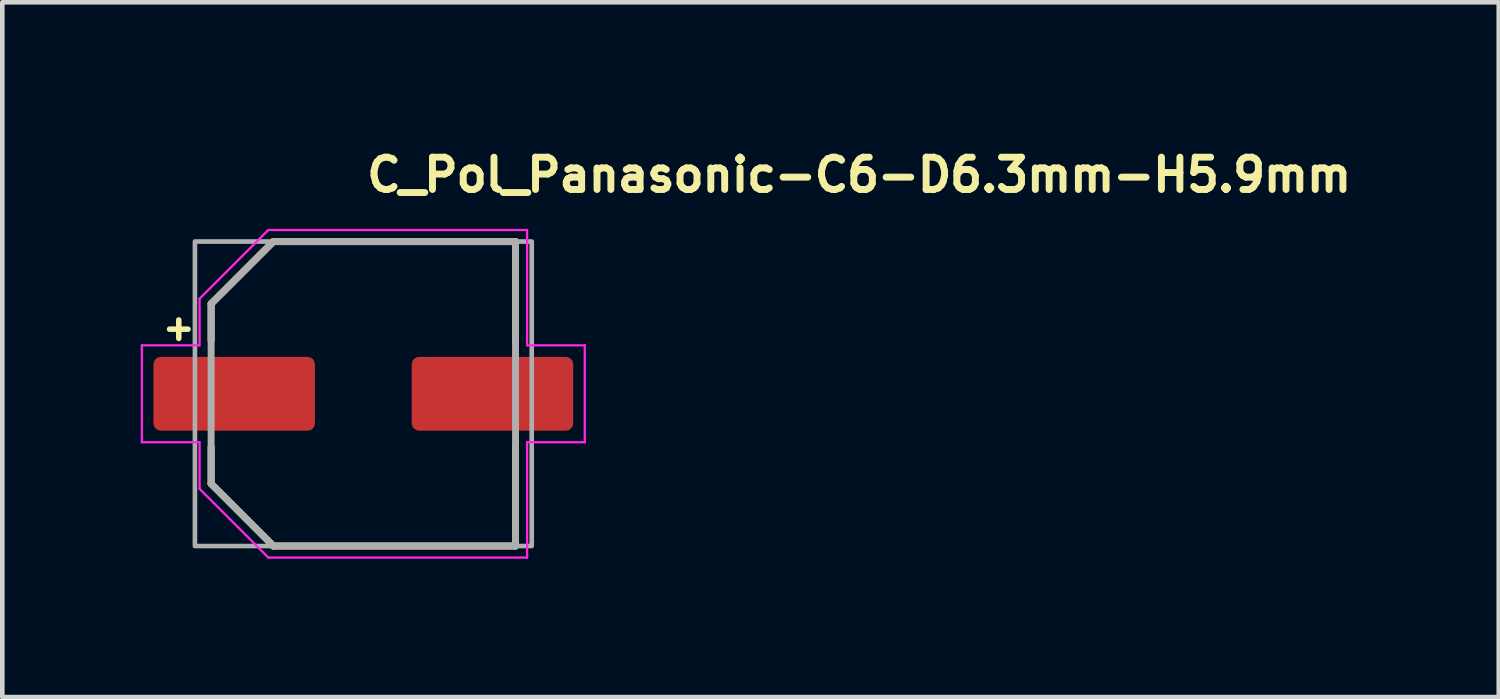
<source format=kicad_pcb>
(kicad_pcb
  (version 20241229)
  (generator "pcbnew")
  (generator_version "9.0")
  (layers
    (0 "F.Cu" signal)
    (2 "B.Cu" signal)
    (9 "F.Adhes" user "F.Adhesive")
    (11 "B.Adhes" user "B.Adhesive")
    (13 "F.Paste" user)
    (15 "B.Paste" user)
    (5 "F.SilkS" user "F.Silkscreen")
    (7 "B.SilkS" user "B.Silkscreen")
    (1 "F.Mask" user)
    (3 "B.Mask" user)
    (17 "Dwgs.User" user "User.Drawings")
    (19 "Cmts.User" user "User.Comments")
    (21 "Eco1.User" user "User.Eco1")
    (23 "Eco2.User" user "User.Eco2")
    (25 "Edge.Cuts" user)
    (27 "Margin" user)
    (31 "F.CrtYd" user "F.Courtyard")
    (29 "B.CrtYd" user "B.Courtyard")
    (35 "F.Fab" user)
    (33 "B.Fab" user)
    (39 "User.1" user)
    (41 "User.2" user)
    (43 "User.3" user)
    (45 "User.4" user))
  (footprint "C_Pol_Panasonic-C6-D6.3mm-H5.9mm"
    (layer "F.Cu")
    (at 4.825 5.485)
    (property "Reference" "C_Pol_Panasonic-C6-D6.3mm-H5.9mm" (at 0 -4.335 0) (layer "F.SilkS") (effects (font (size 0.7 0.7) (thickness 0.15)) (justify left bottom)))
    (attr smd)
    (fp_line (start -4.2 -1.4) (end -3.8 -1.4) (stroke (width 0.12) (type solid)) (layer "F.SilkS"))
    (fp_line (start -4 -1.6) (end -4 -1.2) (stroke (width 0.12) (type solid)) (layer "F.SilkS"))
    (fp_line (start -3.299 -1.95) (end -1.95 -3.299) (stroke (width 0.15) (type solid)) (layer "F.SilkS"))
    (fp_line (start -3.299 -1.15) (end -3.299 -1.95) (stroke (width 0.15) (type solid)) (layer "F.SilkS"))
    (fp_line (start -3.299 1.15) (end -3.299 1.95) (stroke (width 0.15) (type solid)) (layer "F.SilkS"))
    (fp_line (start -3.299 1.95) (end -1.95 3.299) (stroke (width 0.15) (type solid)) (layer "F.SilkS"))
    (fp_line (start -1.95 -3.299) (end 3.299 -3.299) (stroke (width 0.15) (type solid)) (layer "F.SilkS"))
    (fp_line (start -1.95 3.299) (end 3.299 3.299) (stroke (width 0.15) (type solid)) (layer "F.SilkS"))
    (fp_line (start 3.299 -3.299) (end 3.299 -1.15) (stroke (width 0.15) (type solid)) (layer "F.SilkS"))
    (fp_line (start 3.299 3.299) (end 3.299 1.15) (stroke (width 0.15) (type solid)) (layer "F.SilkS"))
    (fp_line (start -4.8 -1.05) (end -3.55 -1.05) (stroke (width 0.05) (type solid)) (layer "F.CrtYd"))
    (fp_line (start -4.8 1.05) (end -4.8 -1.05) (stroke (width 0.05) (type solid)) (layer "F.CrtYd"))
    (fp_line (start -3.55 -2.06) (end -2.06 -3.55) (stroke (width 0.05) (type solid)) (layer "F.CrtYd"))
    (fp_line (start -3.55 -1.05) (end -3.55 -2.06) (stroke (width 0.05) (type solid)) (layer "F.CrtYd"))
    (fp_line (start -3.55 1.05) (end -4.8 1.05) (stroke (width 0.05) (type solid)) (layer "F.CrtYd"))
    (fp_line (start -3.55 2.06) (end -3.55 1.05) (stroke (width 0.05) (type solid)) (layer "F.CrtYd"))
    (fp_line (start -2.06 -3.55) (end 3.55 -3.55) (stroke (width 0.05) (type solid)) (layer "F.CrtYd"))
    (fp_line (start -2.06 3.55) (end -3.55 2.06) (stroke (width 0.05) (type solid)) (layer "F.CrtYd"))
    (fp_line (start 3.55 -3.55) (end 3.55 -1.05) (stroke (width 0.05) (type solid)) (layer "F.CrtYd"))
    (fp_line (start 3.55 -1.05) (end 4.8 -1.05) (stroke (width 0.05) (type solid)) (layer "F.CrtYd"))
    (fp_line (start 3.55 1.05) (end 3.55 3.55) (stroke (width 0.05) (type solid)) (layer "F.CrtYd"))
    (fp_line (start 3.55 3.55) (end -2.06 3.55) (stroke (width 0.05) (type solid)) (layer "F.CrtYd"))
    (fp_line (start 4.8 -1.05) (end 4.8 1.05) (stroke (width 0.05) (type solid)) (layer "F.CrtYd"))
    (fp_line (start 4.8 1.05) (end 3.55 1.05) (stroke (width 0.05) (type solid)) (layer "F.CrtYd"))
    (fp_line (start -3.299 -1.95) (end -1.95 -3.299) (stroke (width 0.15) (type solid)) (layer "F.Fab"))
    (fp_line (start -3.299 1.95) (end -3.299 -1.95) (stroke (width 0.15) (type solid)) (layer "F.Fab"))
    (fp_line (start -1.95 -3.299) (end 3.299 -3.299) (stroke (width 0.15) (type solid)) (layer "F.Fab"))
    (fp_line (start -1.95 3.299) (end -3.299 1.95) (stroke (width 0.15) (type solid)) (layer "F.Fab"))
    (fp_line (start 3.299 -3.299) (end 3.299 3.299) (stroke (width 0.15) (type solid)) (layer "F.Fab"))
    (fp_line (start 3.299 3.299) (end -1.95 3.299) (stroke (width 0.15) (type solid)) (layer "F.Fab"))
    (fp_rect (start -3.65 -3.3) (end 3.65 3.3) (stroke (width 0.1) (type solid)) (fill no) (layer "F.Fab"))
    (fp_rect (start -3.65 -3.3) (end 3.65 3.3) (stroke (width 0.1) (type solid)) (fill no) (layer "User.5"))
    (fp_line (start -3.65 -0.35) (end -3.3 -0.35) (stroke (width 0.01) (type solid)) (layer "User.9"))
    (fp_line (start -3.65 0.35) (end -3.65 -0.35) (stroke (width 0.01) (type solid)) (layer "User.9"))
    (fp_line (start -3.3 -1.9) (end -3.276 -1.89) (stroke (width 0.01) (type solid)) (layer "User.9"))
    (fp_line (start -3.3 -1.9) (end -1.9 -3.3) (stroke (width 0.01) (type solid)) (layer "User.9"))
    (fp_line (start -3.3 0.35) (end -3.65 0.35) (stroke (width 0.01) (type solid)) (layer "User.9"))
    (fp_line (start -3.3 1.9) (end -3.3 -1.9) (stroke (width 0.01) (type solid)) (layer "User.9"))
    (fp_line (start -3.3 1.9) (end -3.276 1.89) (stroke (width 0.01) (type solid)) (layer "User.9"))
    (fp_line (start -3.279 -0.972) (end -3.278 -1.021) (stroke (width 0.01) (type solid)) (layer "User.9"))
    (fp_line (start -3.279 0.972) (end -3.279 -0.972) (stroke (width 0.01) (type solid)) (layer "User.9"))
    (fp_line (start -3.278 -1.021) (end -3.278 -1.055) (stroke (width 0.01) (type solid)) (layer "User.9"))
    (fp_line (start -3.278 1.021) (end -3.279 0.972) (stroke (width 0.01) (type solid)) (layer "User.9"))
    (fp_line (start -3.278 -1.055) (end -3.277 -1.091) (stroke (width 0.01) (type solid)) (layer "User.9"))
    (fp_line (start -3.278 1.055) (end -3.278 1.021) (stroke (width 0.01) (type solid)) (layer "User.9"))
    (fp_line (start -3.277 -1.091) (end -3.277 -1.128) (stroke (width 0.01) (type solid)) (layer "User.9"))
    (fp_line (start -3.277 1.091) (end -3.278 1.055) (stroke (width 0.01) (type solid)) (layer "User.9"))
    (fp_line (start -3.277 -1.128) (end -3.276 -1.166) (stroke (width 0.01) (type solid)) (layer "User.9"))
    (fp_line (start -3.277 1.128) (end -3.277 1.091) (stroke (width 0.01) (type solid)) (layer "User.9"))
    (fp_line (start -3.276 -1.89) (end -1.89 -3.276) (stroke (width 0.01) (type solid)) (layer "User.9"))
    (fp_line (start -3.276 -1.166) (end -3.276 -1.89) (stroke (width 0.01) (type solid)) (layer "User.9"))
    (fp_line (start -3.276 1.166) (end -3.277 1.128) (stroke (width 0.01) (type solid)) (layer "User.9"))
    (fp_line (start -3.276 1.89) (end -3.276 1.166) (stroke (width 0.01) (type solid)) (layer "User.9"))
    (fp_line (start -3.15 0) (end -3.143 -0.21) (stroke (width 0.01) (type solid)) (layer "User.9"))
    (fp_line (start -3.146 0.156) (end -3.15 0.000001) (stroke (width 0.01) (type solid)) (layer "User.9"))
    (fp_line (start -3.143 -0.21) (end -3.122 -0.417) (stroke (width 0.01) (type solid)) (layer "User.9"))
    (fp_line (start -3.135 0.311) (end -3.146 0.156) (stroke (width 0.01) (type solid)) (layer "User.9"))
    (fp_line (start -3.122 -0.417) (end -3.088 -0.621) (stroke (width 0.01) (type solid)) (layer "User.9"))
    (fp_line (start -3.115 0.465) (end -3.135 0.311) (stroke (width 0.01) (type solid)) (layer "User.9"))
    (fp_line (start -3.089 0.617) (end -3.115 0.465) (stroke (width 0.01) (type solid)) (layer "User.9"))
    (fp_line (start -3.088 -0.621) (end -3.041 -0.822) (stroke (width 0.01) (type solid)) (layer "User.9"))
    (fp_line (start -3.055 0.768) (end -3.089 0.617) (stroke (width 0.01) (type solid)) (layer "User.9"))
    (fp_line (start -3.041 -0.822) (end -2.981 -1.018) (stroke (width 0.01) (type solid)) (layer "User.9"))
    (fp_line (start -3.014 0.916) (end -3.055 0.768) (stroke (width 0.01) (type solid)) (layer "User.9"))
    (fp_line (start -2.981 -1.018) (end -2.909 -1.209) (stroke (width 0.01) (type solid)) (layer "User.9"))
    (fp_line (start -2.966 1.062) (end -3.014 0.916) (stroke (width 0.01) (type solid)) (layer "User.9"))
    (fp_line (start -2.91 1.205) (end -2.966 1.062) (stroke (width 0.01) (type solid)) (layer "User.9"))
    (fp_line (start -2.909 -1.209) (end -2.824 -1.395) (stroke (width 0.01) (type solid)) (layer "User.9"))
    (fp_line (start -2.848 1.346) (end -2.91 1.205) (stroke (width 0.01) (type solid)) (layer "User.9"))
    (fp_line (start -2.824 -1.395) (end -2.728 -1.575) (stroke (width 0.01) (type solid)) (layer "User.9"))
    (fp_line (start -2.779 1.483) (end -2.848 1.346) (stroke (width 0.01) (type solid)) (layer "User.9"))
    (fp_line (start -2.728 -1.575) (end -2.62 -1.748) (stroke (width 0.01) (type solid)) (layer "User.9"))
    (fp_line (start -2.703 1.617) (end -2.779 1.483) (stroke (width 0.01) (type solid)) (layer "User.9"))
    (fp_line (start -2.621 1.748) (end -2.703 1.617) (stroke (width 0.01) (type solid)) (layer "User.9"))
    (fp_line (start -2.62 -1.748) (end -2.502 -1.914) (stroke (width 0.01) (type solid)) (layer "User.9"))
    (fp_line (start -2.532 1.874) (end -2.621 1.748) (stroke (width 0.01) (type solid)) (layer "User.9"))
    (fp_line (start -2.502 -1.914) (end -2.372 -2.073) (stroke (width 0.01) (type solid)) (layer "User.9"))
    (fp_line (start -2.437 1.996) (end -2.532 1.874) (stroke (width 0.01) (type solid)) (layer "User.9"))
    (fp_line (start -2.372 -2.073) (end -2.232 -2.223) (stroke (width 0.01) (type solid)) (layer "User.9"))
    (fp_line (start -2.335 2.114) (end -2.437 1.996) (stroke (width 0.01) (type solid)) (layer "User.9"))
    (fp_line (start -2.232 -2.223) (end -2.082 -2.364) (stroke (width 0.01) (type solid)) (layer "User.9"))
    (fp_line (start -2.227 2.227) (end -2.335 2.114) (stroke (width 0.01) (type solid)) (layer "User.9"))
    (fp_line (start -2.227 2.227) (end -2.227 2.227) (stroke (width 0.01) (type solid)) (layer "User.9"))
    (fp_line (start -2.114 2.335) (end -2.227 2.227) (stroke (width 0.01) (type solid)) (layer "User.9"))
    (fp_line (start -2.082 -2.364) (end -1.922 -2.495) (stroke (width 0.01) (type solid)) (layer "User.9"))
    (fp_line (start -1.996 2.437) (end -2.114 2.335) (stroke (width 0.01) (type solid)) (layer "User.9"))
    (fp_line (start -1.922 -2.495) (end -1.753 -2.617) (stroke (width 0.01) (type solid)) (layer "User.9"))
    (fp_line (start -1.9 -3.3) (end -1.89 -3.276) (stroke (width 0.01) (type solid)) (layer "User.9"))
    (fp_line (start -1.9 -3.3) (end -1 -3.3) (stroke (width 0.01) (type solid)) (layer "User.9"))
    (fp_line (start -1.9 3.3) (end -3.3 1.9) (stroke (width 0.01) (type solid)) (layer "User.9"))
    (fp_line (start -1.9 3.3) (end -1.89 3.276) (stroke (width 0.01) (type solid)) (layer "User.9"))
    (fp_line (start -1.89 -3.276) (end -1.308 -3.276) (stroke (width 0.01) (type solid)) (layer "User.9"))
    (fp_line (start -1.89 3.276) (end -3.276 1.89) (stroke (width 0.01) (type solid)) (layer "User.9"))
    (fp_line (start -1.874 2.532) (end -1.996 2.437) (stroke (width 0.01) (type solid)) (layer "User.9"))
    (fp_line (start -1.753 -2.617) (end -1.575 -2.728) (stroke (width 0.01) (type solid)) (layer "User.9"))
    (fp_line (start -1.748 2.621) (end -1.874 2.532) (stroke (width 0.01) (type solid)) (layer "User.9"))
    (fp_line (start -1.617 2.703) (end -1.748 2.621) (stroke (width 0.01) (type solid)) (layer "User.9"))
    (fp_line (start -1.575 -2.728) (end -1.575 -2.728) (stroke (width 0.01) (type solid)) (layer "User.9"))
    (fp_line (start -1.575 -2.728) (end -1.39 -2.827) (stroke (width 0.01) (type solid)) (layer "User.9"))
    (fp_line (start -1.483 2.779) (end -1.617 2.703) (stroke (width 0.01) (type solid)) (layer "User.9"))
    (fp_line (start -1.39 -2.827) (end -1.2 -2.913) (stroke (width 0.01) (type solid)) (layer "User.9"))
    (fp_line (start -1.346 2.848) (end -1.483 2.779) (stroke (width 0.01) (type solid)) (layer "User.9"))
    (fp_line (start -1.308 -3.276) (end -1.255 -3.277) (stroke (width 0.01) (type solid)) (layer "User.9"))
    (fp_line (start -1.308 3.276) (end -1.89 3.276) (stroke (width 0.01) (type solid)) (layer "User.9"))
    (fp_line (start -1.255 -3.277) (end -1.201 -3.277) (stroke (width 0.01) (type solid)) (layer "User.9"))
    (fp_line (start -1.255 3.277) (end -1.308 3.276) (stroke (width 0.01) (type solid)) (layer "User.9"))
    (fp_line (start -1.205 2.91) (end -1.346 2.848) (stroke (width 0.01) (type solid)) (layer "User.9"))
    (fp_line (start -1.201 -3.277) (end -1.149 -3.279) (stroke (width 0.01) (type solid)) (layer "User.9"))
    (fp_line (start -1.201 3.277) (end -1.255 3.277) (stroke (width 0.01) (type solid)) (layer "User.9"))
    (fp_line (start -1.2 -2.913) (end -1.006 -2.985) (stroke (width 0.01) (type solid)) (layer "User.9"))
    (fp_line (start -1.149 -3.279) (end -1.102 -3.281) (stroke (width 0.01) (type solid)) (layer "User.9"))
    (fp_line (start -1.149 3.279) (end -1.201 3.277) (stroke (width 0.01) (type solid)) (layer "User.9"))
    (fp_line (start -1.102 -3.281) (end -1.102 -3.281) (stroke (width 0.01) (type solid)) (layer "User.9"))
    (fp_line (start -1.102 -3.281) (end -1.081 -3.282) (stroke (width 0.01) (type solid)) (layer "User.9"))
    (fp_line (start -1.102 3.281) (end -1.149 3.279) (stroke (width 0.01) (type solid)) (layer "User.9"))
    (fp_line (start -1.102 3.281) (end -1.102 3.281) (stroke (width 0.01) (type solid)) (layer "User.9"))
    (fp_line (start -1.081 -3.282) (end -1.063 -3.283) (stroke (width 0.01) (type solid)) (layer "User.9"))
    (fp_line (start -1.081 3.282) (end -1.102 3.281) (stroke (width 0.01) (type solid)) (layer "User.9"))
    (fp_line (start -1.063 -3.283) (end -1.047 -3.284) (stroke (width 0.01) (type solid)) (layer "User.9"))
    (fp_line (start -1.063 3.283) (end -1.081 3.282) (stroke (width 0.01) (type solid)) (layer "User.9"))
    (fp_line (start -1.062 2.966) (end -1.205 2.91) (stroke (width 0.01) (type solid)) (layer "User.9"))
    (fp_line (start -1.047 -3.284) (end -1.034 -3.286) (stroke (width 0.01) (type solid)) (layer "User.9"))
    (fp_line (start -1.047 3.284) (end -1.063 3.283) (stroke (width 0.01) (type solid)) (layer "User.9"))
    (fp_line (start -1.04 3.285) (end -1.047 3.284) (stroke (width 0.01) (type solid)) (layer "User.9"))
    (fp_line (start -1.034 -3.286) (end -1.024 -3.287) (stroke (width 0.01) (type solid)) (layer "User.9"))
    (fp_line (start -1.034 3.286) (end -1.04 3.285) (stroke (width 0.01) (type solid)) (layer "User.9"))
    (fp_line (start -1.029 3.286) (end -1.034 3.286) (stroke (width 0.01) (type solid)) (layer "User.9"))
    (fp_line (start -1.024 -3.287) (end -1.016 -3.288) (stroke (width 0.01) (type solid)) (layer "User.9"))
    (fp_line (start -1.024 3.287) (end -1.029 3.286) (stroke (width 0.01) (type solid)) (layer "User.9"))
    (fp_line (start -1.02 3.288) (end -1.024 3.287) (stroke (width 0.01) (type solid)) (layer "User.9"))
    (fp_line (start -1.016 -3.288) (end -1.013 -3.289) (stroke (width 0.01) (type solid)) (layer "User.9"))
    (fp_line (start -1.016 3.288) (end -1.02 3.288) (stroke (width 0.01) (type solid)) (layer "User.9"))
    (fp_line (start -1.013 -3.289) (end -1.011 -3.29) (stroke (width 0.01) (type solid)) (layer "User.9"))
    (fp_line (start -1.013 3.289) (end -1.016 3.288) (stroke (width 0.01) (type solid)) (layer "User.9"))
    (fp_line (start -1.011 -3.29) (end -1.01 -3.291) (stroke (width 0.01) (type solid)) (layer "User.9"))
    (fp_line (start -1.011 3.29) (end -1.013 3.289) (stroke (width 0.01) (type solid)) (layer "User.9"))
    (fp_line (start -1.01 3.29) (end -1.011 3.29) (stroke (width 0.01) (type solid)) (layer "User.9"))
    (fp_line (start -1.01 -3.291) (end -1.009 -3.291) (stroke (width 0.01) (type solid)) (layer "User.9"))
    (fp_line (start -1.01 3.291) (end -1.01 3.29) (stroke (width 0.01) (type solid)) (layer "User.9"))
    (fp_line (start -1.009 3.291) (end -1.01 3.291) (stroke (width 0.01) (type solid)) (layer "User.9"))
    (fp_line (start -1.009 3.291) (end -1.009 3.291) (stroke (width 0.01) (type solid)) (layer "User.9"))
    (fp_line (start -1.009 3.291) (end -1 3.3) (stroke (width 0.01) (type solid)) (layer "User.9"))
    (fp_line (start -1.006 -2.985) (end -0.809 -3.044) (stroke (width 0.01) (type solid)) (layer "User.9"))
    (fp_line (start -1.005 -3.28) (end -1.005 -3.28) (stroke (width 0.01) (type solid)) (layer "User.9"))
    (fp_line (start -1.005 -3.28) (end -1.005 -3.279) (stroke (width 0.01) (type solid)) (layer "User.9"))
    (fp_line (start -1.005 3.28) (end -1.005 3.28) (stroke (width 0.01) (type solid)) (layer "User.9"))
    (fp_line (start -1.005 -3.279) (end -1.003 -3.279) (stroke (width 0.01) (type solid)) (layer "User.9"))
    (fp_line (start -1.005 3.279) (end -1.005 3.28) (stroke (width 0.01) (type solid)) (layer "User.9"))
    (fp_line (start -1.003 -3.279) (end -1 -3.279) (stroke (width 0.01) (type solid)) (layer "User.9"))
    (fp_line (start -1.003 3.279) (end -1.005 3.279) (stroke (width 0.01) (type solid)) (layer "User.9"))
    (fp_line (start -1 -3.279) (end -0.997 -3.278) (stroke (width 0.01) (type solid)) (layer "User.9"))
    (fp_line (start -1 -3.3) (end -1.009 -3.291) (stroke (width 0.01) (type solid)) (layer "User.9"))
    (fp_line (start -1 -3.3) (end -1 -3.279) (stroke (width 0.01) (type solid)) (layer "User.9"))
    (fp_line (start -1 3.279) (end -1 3.3) (stroke (width 0.01) (type solid)) (layer "User.9"))
    (fp_line (start -1 3.3) (end -1.9 3.3) (stroke (width 0.01) (type solid)) (layer "User.9"))
    (fp_line (start -0.997 -3.278) (end -0.987 -3.277) (stroke (width 0.01) (type solid)) (layer "User.9"))
    (fp_line (start -0.997 3.278) (end -1.003 3.279) (stroke (width 0.01) (type solid)) (layer "User.9"))
    (fp_line (start -0.987 -3.277) (end -0.974 -3.276) (stroke (width 0.01) (type solid)) (layer "User.9"))
    (fp_line (start -0.987 3.277) (end -0.997 3.278) (stroke (width 0.01) (type solid)) (layer "User.9"))
    (fp_line (start -0.974 -3.276) (end -0.958 -3.276) (stroke (width 0.01) (type solid)) (layer "User.9"))
    (fp_line (start -0.974 3.276) (end -0.987 3.277) (stroke (width 0.01) (type solid)) (layer "User.9"))
    (fp_line (start -0.958 -3.276) (end -0.941 -3.275) (stroke (width 0.01) (type solid)) (layer "User.9"))
    (fp_line (start -0.958 3.276) (end -0.974 3.276) (stroke (width 0.01) (type solid)) (layer "User.9"))
    (fp_line (start -0.941 -3.275) (end -0.923 -3.275) (stroke (width 0.01) (type solid)) (layer "User.9"))
    (fp_line (start -0.941 3.275) (end -0.958 3.276) (stroke (width 0.01) (type solid)) (layer "User.9"))
    (fp_line (start -0.923 -3.275) (end -0.905 -3.275) (stroke (width 0.01) (type solid)) (layer "User.9"))
    (fp_line (start -0.923 3.275) (end -0.941 3.275) (stroke (width 0.01) (type solid)) (layer "User.9"))
    (fp_line (start -0.916 3.014) (end -1.062 2.966) (stroke (width 0.01) (type solid)) (layer "User.9"))
    (fp_line (start -0.905 -3.275) (end 0.905 -3.275) (stroke (width 0.01) (type solid)) (layer "User.9"))
    (fp_line (start -0.905 3.275) (end -0.923 3.275) (stroke (width 0.01) (type solid)) (layer "User.9"))
    (fp_line (start -0.809 -3.044) (end -0.609 -3.091) (stroke (width 0.01) (type solid)) (layer "User.9"))
    (fp_line (start -0.768 3.055) (end -0.916 3.014) (stroke (width 0.01) (type solid)) (layer "User.9"))
    (fp_line (start -0.617 3.089) (end -0.768 3.055) (stroke (width 0.01) (type solid)) (layer "User.9"))
    (fp_line (start -0.609 -3.091) (end -0.407 -3.124) (stroke (width 0.01) (type solid)) (layer "User.9"))
    (fp_line (start -0.465 3.115) (end -0.617 3.089) (stroke (width 0.01) (type solid)) (layer "User.9"))
    (fp_line (start -0.407 -3.124) (end -0.204 -3.143) (stroke (width 0.01) (type solid)) (layer "User.9"))
    (fp_line (start -0.311 3.135) (end -0.465 3.115) (stroke (width 0.01) (type solid)) (layer "User.9"))
    (fp_line (start -0.204 -3.143) (end 0 -3.15) (stroke (width 0.01) (type solid)) (layer "User.9"))
    (fp_line (start -0.156 3.146) (end -0.311 3.135) (stroke (width 0.01) (type solid)) (layer "User.9"))
    (fp_line (start 0 -3.15) (end 0.204 -3.143) (stroke (width 0.01) (type solid)) (layer "User.9"))
    (fp_line (start 0 3.15) (end -0.156 3.146) (stroke (width 0.01) (type solid)) (layer "User.9"))
    (fp_line (start 0.156 3.146) (end 0 3.15) (stroke (width 0.01) (type solid)) (layer "User.9"))
    (fp_line (start 0.204 -3.143) (end 0.407 -3.124) (stroke (width 0.01) (type solid)) (layer "User.9"))
    (fp_line (start 0.311 3.135) (end 0.156 3.146) (stroke (width 0.01) (type solid)) (layer "User.9"))
    (fp_line (start 0.407 -3.124) (end 0.609 -3.091) (stroke (width 0.01) (type solid)) (layer "User.9"))
    (fp_line (start 0.465 3.115) (end 0.311 3.135) (stroke (width 0.01) (type solid)) (layer "User.9"))
    (fp_line (start 0.609 -3.091) (end 0.809 -3.044) (stroke (width 0.01) (type solid)) (layer "User.9"))
    (fp_line (start 0.617 3.089) (end 0.465 3.115) (stroke (width 0.01) (type solid)) (layer "User.9"))
    (fp_line (start 0.768 3.055) (end 0.617 3.089) (stroke (width 0.01) (type solid)) (layer "User.9"))
    (fp_line (start 0.809 -3.044) (end 1.006 -2.985) (stroke (width 0.01) (type solid)) (layer "User.9"))
    (fp_line (start 0.905 -3.275) (end 0.923 -3.275) (stroke (width 0.01) (type solid)) (layer "User.9"))
    (fp_line (start 0.905 3.275) (end -0.905 3.275) (stroke (width 0.01) (type solid)) (layer "User.9"))
    (fp_line (start 0.916 3.014) (end 0.768 3.055) (stroke (width 0.01) (type solid)) (layer "User.9"))
    (fp_line (start 0.923 -3.275) (end 0.941 -3.275) (stroke (width 0.01) (type solid)) (layer "User.9"))
    (fp_line (start 0.923 3.275) (end 0.905 3.275) (stroke (width 0.01) (type solid)) (layer "User.9"))
    (fp_line (start 0.941 -3.275) (end 0.958 -3.276) (stroke (width 0.01) (type solid)) (layer "User.9"))
    (fp_line (start 0.941 3.275) (end 0.923 3.275) (stroke (width 0.01) (type solid)) (layer "User.9"))
    (fp_line (start 0.958 -3.276) (end 0.974 -3.276) (stroke (width 0.01) (type solid)) (layer "User.9"))
    (fp_line (start 0.958 3.276) (end 0.941 3.275) (stroke (width 0.01) (type solid)) (layer "User.9"))
    (fp_line (start 0.974 -3.276) (end 0.987 -3.277) (stroke (width 0.01) (type solid)) (layer "User.9"))
    (fp_line (start 0.974 3.276) (end 0.958 3.276) (stroke (width 0.01) (type solid)) (layer "User.9"))
    (fp_line (start 0.987 -3.277) (end 0.997 -3.278) (stroke (width 0.01) (type solid)) (layer "User.9"))
    (fp_line (start 0.987 3.277) (end 0.974 3.276) (stroke (width 0.01) (type solid)) (layer "User.9"))
    (fp_line (start 0.997 -3.278) (end 1.003 -3.279) (stroke (width 0.01) (type solid)) (layer "User.9"))
    (fp_line (start 0.997 3.278) (end 0.987 3.277) (stroke (width 0.01) (type solid)) (layer "User.9"))
    (fp_line (start 1 -3.3) (end 1 -3.279) (stroke (width 0.01) (type solid)) (layer "User.9"))
    (fp_line (start 1 3.279) (end 1 3.3) (stroke (width 0.01) (type solid)) (layer "User.9"))
    (fp_line (start 1 3.3) (end 1.043 3.257) (stroke (width 0.01) (type solid)) (layer "User.9"))
    (fp_line (start 1 3.3) (end 2.8 3.3) (stroke (width 0.01) (type solid)) (layer "User.9"))
    (fp_line (start 1 3.279) (end 0.997 3.278) (stroke (width 0.01) (type solid)) (layer "User.9"))
    (fp_line (start 1.003 -3.279) (end 1.005 -3.279) (stroke (width 0.01) (type solid)) (layer "User.9"))
    (fp_line (start 1.003 3.279) (end 1 3.279) (stroke (width 0.01) (type solid)) (layer "User.9"))
    (fp_line (start 1.005 -3.279) (end 1.005 -3.28) (stroke (width 0.01) (type solid)) (layer "User.9"))
    (fp_line (start 1.005 3.279) (end 1.003 3.279) (stroke (width 0.01) (type solid)) (layer "User.9"))
    (fp_line (start 1.005 -3.28) (end 1.005 -3.28) (stroke (width 0.01) (type solid)) (layer "User.9"))
    (fp_line (start 1.005 3.28) (end 1.005 3.279) (stroke (width 0.01) (type solid)) (layer "User.9"))
    (fp_line (start 1.005 3.28) (end 1.005 3.28) (stroke (width 0.01) (type solid)) (layer "User.9"))
    (fp_line (start 1.006 -2.985) (end 1.2 -2.913) (stroke (width 0.01) (type solid)) (layer "User.9"))
    (fp_line (start 1.025 -2.979) (end 1.043 -2.991) (stroke (width 0.01) (type solid)) (layer "User.9"))
    (fp_line (start 1.043 -3.257) (end 1 -3.3) (stroke (width 0.01) (type solid)) (layer "User.9"))
    (fp_line (start 1.043 -3.257) (end 1.043 -3.257) (stroke (width 0.01) (type solid)) (layer "User.9"))
    (fp_line (start 1.043 -2.991) (end 1.044 -2.992) (stroke (width 0.01) (type solid)) (layer "User.9"))
    (fp_line (start 1.043 2.991) (end 1.025 2.979) (stroke (width 0.01) (type solid)) (layer "User.9"))
    (fp_line (start 1.043 -3.257) (end 1.044 -3.257) (stroke (width 0.01) (type solid)) (layer "User.9"))
    (fp_line (start 1.044 -3.257) (end 1.044 -3.256) (stroke (width 0.01) (type solid)) (layer "User.9"))
    (fp_line (start 1.044 3.257) (end 1.043 3.257) (stroke (width 0.01) (type solid)) (layer "User.9"))
    (fp_line (start 1.044 -2.992) (end 1.046 -2.992) (stroke (width 0.01) (type solid)) (layer "User.9"))
    (fp_line (start 1.044 -3.256) (end 1.045 -3.256) (stroke (width 0.01) (type solid)) (layer "User.9"))
    (fp_line (start 1.045 -3.256) (end 1.047 -3.255) (stroke (width 0.01) (type solid)) (layer "User.9"))
    (fp_line (start 1.045 3.256) (end 1.044 3.257) (stroke (width 0.01) (type solid)) (layer "User.9"))
    (fp_line (start 1.046 2.992) (end 1.043 2.991) (stroke (width 0.01) (type solid)) (layer "User.9"))
    (fp_line (start 1.046 -2.992) (end 1.052 -2.992) (stroke (width 0.01) (type solid)) (layer "User.9"))
    (fp_line (start 1.047 -3.255) (end 1.05 -3.254) (stroke (width 0.01) (type solid)) (layer "User.9"))
    (fp_line (start 1.047 3.255) (end 1.045 3.256) (stroke (width 0.01) (type solid)) (layer "User.9"))
    (fp_line (start 1.05 -3.254) (end 1.054 -3.254) (stroke (width 0.01) (type solid)) (layer "User.9"))
    (fp_line (start 1.05 3.254) (end 1.047 3.255) (stroke (width 0.01) (type solid)) (layer "User.9"))
    (fp_line (start 1.051 2.992) (end 1.046 2.992) (stroke (width 0.01) (type solid)) (layer "User.9"))
    (fp_line (start 1.052 -2.992) (end 1.06 -2.99) (stroke (width 0.01) (type solid)) (layer "User.9"))
    (fp_line (start 1.054 -3.254) (end 1.058 -3.253) (stroke (width 0.01) (type solid)) (layer "User.9"))
    (fp_line (start 1.058 -3.253) (end 1.063 -3.252) (stroke (width 0.01) (type solid)) (layer "User.9"))
    (fp_line (start 1.058 3.253) (end 1.05 3.254) (stroke (width 0.01) (type solid)) (layer "User.9"))
    (fp_line (start 1.06 -2.99) (end 1.072 -2.987) (stroke (width 0.01) (type solid)) (layer "User.9"))
    (fp_line (start 1.062 2.966) (end 0.916 3.014) (stroke (width 0.01) (type solid)) (layer "User.9"))
    (fp_line (start 1.063 -3.252) (end 1.068 -3.252) (stroke (width 0.01) (type solid)) (layer "User.9"))
    (fp_line (start 1.068 -3.252) (end 1.074 -3.251) (stroke (width 0.01) (type solid)) (layer "User.9"))
    (fp_line (start 1.068 3.252) (end 1.058 3.253) (stroke (width 0.01) (type solid)) (layer "User.9"))
    (fp_line (start 1.072 2.987) (end 1.051 2.992) (stroke (width 0.01) (type solid)) (layer "User.9"))
    (fp_line (start 1.072 -2.987) (end 1.086 -2.984) (stroke (width 0.01) (type solid)) (layer "User.9"))
    (fp_line (start 1.074 -3.251) (end 1.081 -3.25) (stroke (width 0.01) (type solid)) (layer "User.9"))
    (fp_line (start 1.081 -3.25) (end 1.097 -3.249) (stroke (width 0.01) (type solid)) (layer "User.9"))
    (fp_line (start 1.081 3.25) (end 1.068 3.252) (stroke (width 0.01) (type solid)) (layer "User.9"))
    (fp_line (start 1.086 -2.984) (end 1.102 -2.979) (stroke (width 0.01) (type solid)) (layer "User.9"))
    (fp_line (start 1.097 -3.249) (end 1.115 -3.248) (stroke (width 0.01) (type solid)) (layer "User.9"))
    (fp_line (start 1.097 3.249) (end 1.081 3.25) (stroke (width 0.01) (type solid)) (layer "User.9"))
    (fp_line (start 1.102 -2.979) (end 1.121 -2.973) (stroke (width 0.01) (type solid)) (layer "User.9"))
    (fp_line (start 1.102 2.979) (end 1.072 2.987) (stroke (width 0.01) (type solid)) (layer "User.9"))
    (fp_line (start 1.115 -3.248) (end 1.136 -3.247) (stroke (width 0.01) (type solid)) (layer "User.9"))
    (fp_line (start 1.115 3.248) (end 1.097 3.249) (stroke (width 0.01) (type solid)) (layer "User.9"))
    (fp_line (start 1.121 -2.973) (end 1.141 -2.967) (stroke (width 0.01) (type solid)) (layer "User.9"))
    (fp_line (start 1.136 -3.247) (end 1.136 -3.247) (stroke (width 0.01) (type solid)) (layer "User.9"))
    (fp_line (start 1.136 -3.247) (end 1.183 -3.245) (stroke (width 0.01) (type solid)) (layer "User.9"))
    (fp_line (start 1.136 3.247) (end 1.115 3.248) (stroke (width 0.01) (type solid)) (layer "User.9"))
    (fp_line (start 1.136 3.247) (end 1.136 3.247) (stroke (width 0.01) (type solid)) (layer "User.9"))
    (fp_line (start 1.141 -2.967) (end 1.162 -2.959) (stroke (width 0.01) (type solid)) (layer "User.9"))
    (fp_line (start 1.141 2.967) (end 1.102 2.979) (stroke (width 0.01) (type solid)) (layer "User.9"))
    (fp_line (start 1.162 -2.959) (end 1.186 -2.951) (stroke (width 0.01) (type solid)) (layer "User.9"))
    (fp_line (start 1.183 -3.245) (end 1.235 -3.243) (stroke (width 0.01) (type solid)) (layer "User.9"))
    (fp_line (start 1.183 3.245) (end 1.136 3.247) (stroke (width 0.01) (type solid)) (layer "User.9"))
    (fp_line (start 1.186 -2.951) (end 1.21 -2.942) (stroke (width 0.01) (type solid)) (layer "User.9"))
    (fp_line (start 1.186 2.951) (end 1.141 2.967) (stroke (width 0.01) (type solid)) (layer "User.9"))
    (fp_line (start 1.2 -2.913) (end 1.39 -2.827) (stroke (width 0.01) (type solid)) (layer "User.9"))
    (fp_line (start 1.205 2.91) (end 1.062 2.966) (stroke (width 0.01) (type solid)) (layer "User.9"))
    (fp_line (start 1.21 -2.942) (end 1.235 -2.932) (stroke (width 0.01) (type solid)) (layer "User.9"))
    (fp_line (start 1.235 -3.243) (end 1.289 -3.243) (stroke (width 0.01) (type solid)) (layer "User.9"))
    (fp_line (start 1.235 3.243) (end 1.183 3.245) (stroke (width 0.01) (type solid)) (layer "User.9"))
    (fp_line (start 1.235 -2.932) (end 1.261 -2.921) (stroke (width 0.01) (type solid)) (layer "User.9"))
    (fp_line (start 1.236 2.932) (end 1.186 2.951) (stroke (width 0.01) (type solid)) (layer "User.9"))
    (fp_line (start 1.261 -2.921) (end 1.288 -2.91) (stroke (width 0.01) (type solid)) (layer "User.9"))
    (fp_line (start 1.288 -2.91) (end 1.315 -2.898) (stroke (width 0.01) (type solid)) (layer "User.9"))
    (fp_line (start 1.288 2.91) (end 1.236 2.932) (stroke (width 0.01) (type solid)) (layer "User.9"))
    (fp_line (start 1.289 -3.243) (end 1.342 -3.242) (stroke (width 0.01) (type solid)) (layer "User.9"))
    (fp_line (start 1.289 3.243) (end 1.235 3.243) (stroke (width 0.01) (type solid)) (layer "User.9"))
    (fp_line (start 1.315 -2.898) (end 1.342 -2.886) (stroke (width 0.01) (type solid)) (layer "User.9"))
    (fp_line (start 1.342 -3.242) (end 2.8 -3.242) (stroke (width 0.01) (type solid)) (layer "User.9"))
    (fp_line (start 1.342 -2.886) (end 1.468 -2.824) (stroke (width 0.01) (type solid)) (layer "User.9"))
    (fp_line (start 1.342 2.886) (end 1.288 2.91) (stroke (width 0.01) (type solid)) (layer "User.9"))
    (fp_line (start 1.342 3.242) (end 1.289 3.243) (stroke (width 0.01) (type solid)) (layer "User.9"))
    (fp_line (start 1.346 2.848) (end 1.205 2.91) (stroke (width 0.01) (type solid)) (layer "User.9"))
    (fp_line (start 1.39 -2.827) (end 1.575 -2.728) (stroke (width 0.01) (type solid)) (layer "User.9"))
    (fp_line (start 1.468 -2.824) (end 1.591 -2.756) (stroke (width 0.01) (type solid)) (layer "User.9"))
    (fp_line (start 1.468 2.824) (end 1.342 2.886) (stroke (width 0.01) (type solid)) (layer "User.9"))
    (fp_line (start 1.483 2.779) (end 1.346 2.848) (stroke (width 0.01) (type solid)) (layer "User.9"))
    (fp_line (start 1.575 -2.728) (end 1.575 -2.728) (stroke (width 0.01) (type solid)) (layer "User.9"))
    (fp_line (start 1.575 -2.728) (end 1.665 -2.674) (stroke (width 0.01) (type solid)) (layer "User.9"))
    (fp_line (start 1.591 -2.756) (end 1.71 -2.684) (stroke (width 0.01) (type solid)) (layer "User.9"))
    (fp_line (start 1.591 2.756) (end 1.468 2.824) (stroke (width 0.01) (type solid)) (layer "User.9"))
    (fp_line (start 1.617 2.703) (end 1.483 2.779) (stroke (width 0.01) (type solid)) (layer "User.9"))
    (fp_line (start 1.665 -2.674) (end 1.753 -2.617) (stroke (width 0.01) (type solid)) (layer "User.9"))
    (fp_line (start 1.71 -2.684) (end 1.826 -2.607) (stroke (width 0.01) (type solid)) (layer "User.9"))
    (fp_line (start 1.71 2.684) (end 1.591 2.756) (stroke (width 0.01) (type solid)) (layer "User.9"))
    (fp_line (start 1.748 2.621) (end 1.617 2.703) (stroke (width 0.01) (type solid)) (layer "User.9"))
    (fp_line (start 1.753 -2.617) (end 1.839 -2.557) (stroke (width 0.01) (type solid)) (layer "User.9"))
    (fp_line (start 1.826 -2.607) (end 1.938 -2.525) (stroke (width 0.01) (type solid)) (layer "User.9"))
    (fp_line (start 1.826 2.607) (end 1.71 2.684) (stroke (width 0.01) (type solid)) (layer "User.9"))
    (fp_line (start 1.839 -2.557) (end 1.922 -2.495) (stroke (width 0.01) (type solid)) (layer "User.9"))
    (fp_line (start 1.874 2.532) (end 1.748 2.621) (stroke (width 0.01) (type solid)) (layer "User.9"))
    (fp_line (start 1.922 -2.495) (end 2.004 -2.431) (stroke (width 0.01) (type solid)) (layer "User.9"))
    (fp_line (start 1.938 -2.525) (end 2.046 -2.438) (stroke (width 0.01) (type solid)) (layer "User.9"))
    (fp_line (start 1.938 2.525) (end 1.826 2.607) (stroke (width 0.01) (type solid)) (layer "User.9"))
    (fp_line (start 1.996 2.437) (end 1.874 2.532) (stroke (width 0.01) (type solid)) (layer "User.9"))
    (fp_line (start 2.004 -2.431) (end 2.082 -2.364) (stroke (width 0.01) (type solid)) (layer "User.9"))
    (fp_line (start 2.046 -2.438) (end 2.15 -2.346) (stroke (width 0.01) (type solid)) (layer "User.9"))
    (fp_line (start 2.046 2.438) (end 1.938 2.525) (stroke (width 0.01) (type solid)) (layer "User.9"))
    (fp_line (start 2.082 -2.364) (end 2.159 -2.294) (stroke (width 0.01) (type solid)) (layer "User.9"))
    (fp_line (start 2.114 2.335) (end 1.996 2.437) (stroke (width 0.01) (type solid)) (layer "User.9"))
    (fp_line (start 2.15 -2.346) (end 2.25 -2.25) (stroke (width 0.01) (type solid)) (layer "User.9"))
    (fp_line (start 2.15 2.346) (end 2.046 2.438) (stroke (width 0.01) (type solid)) (layer "User.9"))
    (fp_line (start 2.159 -2.294) (end 2.232 -2.223) (stroke (width 0.01) (type solid)) (layer "User.9"))
    (fp_line (start 2.227 2.227) (end 2.114 2.335) (stroke (width 0.01) (type solid)) (layer "User.9"))
    (fp_line (start 2.227 2.227) (end 2.227 2.227) (stroke (width 0.01) (type solid)) (layer "User.9"))
    (fp_line (start 2.232 -2.223) (end 2.303 -2.149) (stroke (width 0.01) (type solid)) (layer "User.9"))
    (fp_line (start 2.25 -2.25) (end 2.346 -2.15) (stroke (width 0.01) (type solid)) (layer "User.9"))
    (fp_line (start 2.25 2.25) (end 2.15 2.346) (stroke (width 0.01) (type solid)) (layer "User.9"))
    (fp_line (start 2.303 -2.149) (end 2.372 -2.073) (stroke (width 0.01) (type solid)) (layer "User.9"))
    (fp_line (start 2.335 2.114) (end 2.227 2.227) (stroke (width 0.01) (type solid)) (layer "User.9"))
    (fp_line (start 2.346 -2.15) (end 2.438 -2.046) (stroke (width 0.01) (type solid)) (layer "User.9"))
    (fp_line (start 2.346 2.15) (end 2.25 2.25) (stroke (width 0.01) (type solid)) (layer "User.9"))
    (fp_line (start 2.372 -2.073) (end 2.438 -1.994) (stroke (width 0.01) (type solid)) (layer "User.9"))
    (fp_line (start 2.437 1.996) (end 2.335 2.114) (stroke (width 0.01) (type solid)) (layer "User.9"))
    (fp_line (start 2.438 -2.046) (end 2.525 -1.938) (stroke (width 0.01) (type solid)) (layer "User.9"))
    (fp_line (start 2.438 2.046) (end 2.346 2.15) (stroke (width 0.01) (type solid)) (layer "User.9"))
    (fp_line (start 2.438 -1.994) (end 2.502 -1.914) (stroke (width 0.01) (type solid)) (layer "User.9"))
    (fp_line (start 2.502 -1.914) (end 2.562 -1.832) (stroke (width 0.01) (type solid)) (layer "User.9"))
    (fp_line (start 2.525 -1.938) (end 2.607 -1.826) (stroke (width 0.01) (type solid)) (layer "User.9"))
    (fp_line (start 2.525 1.938) (end 2.438 2.046) (stroke (width 0.01) (type solid)) (layer "User.9"))
    (fp_line (start 2.532 1.874) (end 2.437 1.996) (stroke (width 0.01) (type solid)) (layer "User.9"))
    (fp_line (start 2.562 -1.832) (end 2.62 -1.748) (stroke (width 0.01) (type solid)) (layer "User.9"))
    (fp_line (start 2.607 -1.826) (end 2.684 -1.71) (stroke (width 0.01) (type solid)) (layer "User.9"))
    (fp_line (start 2.607 1.826) (end 2.525 1.938) (stroke (width 0.01) (type solid)) (layer "User.9"))
    (fp_line (start 2.62 -1.748) (end 2.676 -1.662) (stroke (width 0.01) (type solid)) (layer "User.9"))
    (fp_line (start 2.621 1.748) (end 2.532 1.874) (stroke (width 0.01) (type solid)) (layer "User.9"))
    (fp_line (start 2.676 -1.662) (end 2.728 -1.575) (stroke (width 0.01) (type solid)) (layer "User.9"))
    (fp_line (start 2.684 -1.71) (end 2.756 -1.591) (stroke (width 0.01) (type solid)) (layer "User.9"))
    (fp_line (start 2.684 1.71) (end 2.607 1.826) (stroke (width 0.01) (type solid)) (layer "User.9"))
    (fp_line (start 2.703 1.617) (end 2.621 1.748) (stroke (width 0.01) (type solid)) (layer "User.9"))
    (fp_line (start 2.728 -1.575) (end 2.778 -1.486) (stroke (width 0.01) (type solid)) (layer "User.9"))
    (fp_line (start 2.756 -1.591) (end 2.824 -1.468) (stroke (width 0.01) (type solid)) (layer "User.9"))
    (fp_line (start 2.756 1.591) (end 2.684 1.71) (stroke (width 0.01) (type solid)) (layer "User.9"))
    (fp_line (start 2.778 -1.486) (end 2.824 -1.395) (stroke (width 0.01) (type solid)) (layer "User.9"))
    (fp_line (start 2.779 1.483) (end 2.703 1.617) (stroke (width 0.01) (type solid)) (layer "User.9"))
    (fp_line (start 2.8 -3.3) (end 1 -3.3) (stroke (width 0.01) (type solid)) (layer "User.9"))
    (fp_line (start 2.8 -3.242) (end 2.823 -3.242) (stroke (width 0.01) (type solid)) (layer "User.9"))
    (fp_line (start 2.8 3.242) (end 1.342 3.242) (stroke (width 0.01) (type solid)) (layer "User.9"))
    (fp_line (start 2.8 3.3) (end 2.825 3.299) (stroke (width 0.01) (type solid)) (layer "User.9"))
    (fp_line (start 2.823 -3.242) (end 2.845 -3.24) (stroke (width 0.01) (type solid)) (layer "User.9"))
    (fp_line (start 2.823 3.242) (end 2.8 3.242) (stroke (width 0.01) (type solid)) (layer "User.9"))
    (fp_line (start 2.824 -1.468) (end 2.886 -1.342) (stroke (width 0.01) (type solid)) (layer "User.9"))
    (fp_line (start 2.824 1.468) (end 2.756 1.591) (stroke (width 0.01) (type solid)) (layer "User.9"))
    (fp_line (start 2.824 -1.395) (end 2.868 -1.303) (stroke (width 0.01) (type solid)) (layer "User.9"))
    (fp_line (start 2.825 -3.299) (end 2.8 -3.3) (stroke (width 0.01) (type solid)) (layer "User.9"))
    (fp_line (start 2.825 3.299) (end 2.849 3.298) (stroke (width 0.01) (type solid)) (layer "User.9"))
    (fp_line (start 2.845 -3.24) (end 2.867 -3.237) (stroke (width 0.01) (type solid)) (layer "User.9"))
    (fp_line (start 2.845 3.24) (end 2.823 3.242) (stroke (width 0.01) (type solid)) (layer "User.9"))
    (fp_line (start 2.848 1.346) (end 2.779 1.483) (stroke (width 0.01) (type solid)) (layer "User.9"))
    (fp_line (start 2.849 -3.298) (end 2.825 -3.299) (stroke (width 0.01) (type solid)) (layer "User.9"))
    (fp_line (start 2.849 3.298) (end 2.874 3.295) (stroke (width 0.01) (type solid)) (layer "User.9"))
    (fp_line (start 2.867 -3.237) (end 2.889 -3.233) (stroke (width 0.01) (type solid)) (layer "User.9"))
    (fp_line (start 2.867 3.237) (end 2.845 3.24) (stroke (width 0.01) (type solid)) (layer "User.9"))
    (fp_line (start 2.868 -1.303) (end 2.909 -1.209) (stroke (width 0.01) (type solid)) (layer "User.9"))
    (fp_line (start 2.874 -3.295) (end 2.849 -3.298) (stroke (width 0.01) (type solid)) (layer "User.9"))
    (fp_line (start 2.874 3.295) (end 2.898 3.29) (stroke (width 0.01) (type solid)) (layer "User.9"))
    (fp_line (start 2.886 -1.342) (end 2.91 -1.288) (stroke (width 0.01) (type solid)) (layer "User.9"))
    (fp_line (start 2.886 1.342) (end 2.824 1.468) (stroke (width 0.01) (type solid)) (layer "User.9"))
    (fp_line (start 2.889 -3.233) (end 2.911 -3.228) (stroke (width 0.01) (type solid)) (layer "User.9"))
    (fp_line (start 2.889 3.233) (end 2.867 3.237) (stroke (width 0.01) (type solid)) (layer "User.9"))
    (fp_line (start 2.898 -3.29) (end 2.874 -3.295) (stroke (width 0.01) (type solid)) (layer "User.9"))
    (fp_line (start 2.898 3.29) (end 2.922 3.285) (stroke (width 0.01) (type solid)) (layer "User.9"))
    (fp_line (start 2.898 1.315) (end 2.886 1.342) (stroke (width 0.01) (type solid)) (layer "User.9"))
    (fp_line (start 2.909 -1.209) (end 2.946 -1.114) (stroke (width 0.01) (type solid)) (layer "User.9"))
    (fp_line (start 2.91 -1.288) (end 2.932 -1.236) (stroke (width 0.01) (type solid)) (layer "User.9"))
    (fp_line (start 2.91 1.288) (end 2.898 1.315) (stroke (width 0.01) (type solid)) (layer "User.9"))
    (fp_line (start 2.91 1.205) (end 2.848 1.346) (stroke (width 0.01) (type solid)) (layer "User.9"))
    (fp_line (start 2.911 -3.228) (end 2.932 -3.222) (stroke (width 0.01) (type solid)) (layer "User.9"))
    (fp_line (start 2.911 3.228) (end 2.889 3.233) (stroke (width 0.01) (type solid)) (layer "User.9"))
    (fp_line (start 2.921 1.261) (end 2.91 1.288) (stroke (width 0.01) (type solid)) (layer "User.9"))
    (fp_line (start 2.922 -3.285) (end 2.898 -3.29) (stroke (width 0.01) (type solid)) (layer "User.9"))
    (fp_line (start 2.922 3.285) (end 2.945 3.278) (stroke (width 0.01) (type solid)) (layer "User.9"))
    (fp_line (start 2.932 -3.222) (end 2.952 -3.216) (stroke (width 0.01) (type solid)) (layer "User.9"))
    (fp_line (start 2.932 3.222) (end 2.911 3.228) (stroke (width 0.01) (type solid)) (layer "User.9"))
    (fp_line (start 2.932 -1.236) (end 2.951 -1.186) (stroke (width 0.01) (type solid)) (layer "User.9"))
    (fp_line (start 2.932 1.235) (end 2.921 1.261) (stroke (width 0.01) (type solid)) (layer "User.9"))
    (fp_line (start 2.942 1.21) (end 2.932 1.235) (stroke (width 0.01) (type solid)) (layer "User.9"))
    (fp_line (start 2.945 -3.278) (end 2.922 -3.285) (stroke (width 0.01) (type solid)) (layer "User.9"))
    (fp_line (start 2.945 3.278) (end 2.969 3.271) (stroke (width 0.01) (type solid)) (layer "User.9"))
    (fp_line (start 2.946 -1.114) (end 2.981 -1.018) (stroke (width 0.01) (type solid)) (layer "User.9"))
    (fp_line (start 2.951 -1.186) (end 2.967 -1.141) (stroke (width 0.01) (type solid)) (layer "User.9"))
    (fp_line (start 2.951 1.186) (end 2.942 1.21) (stroke (width 0.01) (type solid)) (layer "User.9"))
    (fp_line (start 2.952 -3.216) (end 2.972 -3.208) (stroke (width 0.01) (type solid)) (layer "User.9"))
    (fp_line (start 2.952 3.216) (end 2.932 3.222) (stroke (width 0.01) (type solid)) (layer "User.9"))
    (fp_line (start 2.959 1.162) (end 2.951 1.186) (stroke (width 0.01) (type solid)) (layer "User.9"))
    (fp_line (start 2.966 1.062) (end 2.91 1.205) (stroke (width 0.01) (type solid)) (layer "User.9"))
    (fp_line (start 2.967 -1.141) (end 2.979 -1.102) (stroke (width 0.01) (type solid)) (layer "User.9"))
    (fp_line (start 2.967 1.141) (end 2.959 1.162) (stroke (width 0.01) (type solid)) (layer "User.9"))
    (fp_line (start 2.969 -3.271) (end 2.945 -3.278) (stroke (width 0.01) (type solid)) (layer "User.9"))
    (fp_line (start 2.969 3.271) (end 2.991 3.262) (stroke (width 0.01) (type solid)) (layer "User.9"))
    (fp_line (start 2.972 -3.208) (end 2.992 -3.199) (stroke (width 0.01) (type solid)) (layer "User.9"))
    (fp_line (start 2.972 3.208) (end 2.952 3.216) (stroke (width 0.01) (type solid)) (layer "User.9"))
    (fp_line (start 2.973 1.121) (end 2.967 1.141) (stroke (width 0.01) (type solid)) (layer "User.9"))
    (fp_line (start 2.979 -1.102) (end 2.987 -1.072) (stroke (width 0.01) (type solid)) (layer "User.9"))
    (fp_line (start 2.979 1.102) (end 2.973 1.121) (stroke (width 0.01) (type solid)) (layer "User.9"))
    (fp_line (start 2.979 1.023) (end 2.979 1.026) (stroke (width 0.01) (type solid)) (layer "User.9"))
    (fp_line (start 2.979 -1.026) (end 2.979 -1.023) (stroke (width 0.01) (type solid)) (layer "User.9"))
    (fp_line (start 2.979 1.026) (end 2.991 1.043) (stroke (width 0.01) (type solid)) (layer "User.9"))
    (fp_line (start 2.981 -1.018) (end 3.013 -0.921) (stroke (width 0.01) (type solid)) (layer "User.9"))
    (fp_line (start 2.984 1.086) (end 2.979 1.102) (stroke (width 0.01) (type solid)) (layer "User.9"))
    (fp_line (start 2.987 1.072) (end 2.984 1.086) (stroke (width 0.01) (type solid)) (layer "User.9"))
    (fp_line (start 2.987 -1.072) (end 2.992 -1.051) (stroke (width 0.01) (type solid)) (layer "User.9"))
    (fp_line (start 2.99 1.06) (end 2.987 1.072) (stroke (width 0.01) (type solid)) (layer "User.9"))
    (fp_line (start 2.991 -1.043) (end 2.979 -1.026) (stroke (width 0.01) (type solid)) (layer "User.9"))
    (fp_line (start 2.991 1.043) (end 2.992 1.044) (stroke (width 0.01) (type solid)) (layer "User.9"))
    (fp_line (start 2.991 -3.262) (end 2.969 -3.271) (stroke (width 0.01) (type solid)) (layer "User.9"))
    (fp_line (start 2.991 3.262) (end 3.014 3.252) (stroke (width 0.01) (type solid)) (layer "User.9"))
    (fp_line (start 2.992 1.052) (end 2.99 1.06) (stroke (width 0.01) (type solid)) (layer "User.9"))
    (fp_line (start 2.992 -1.051) (end 2.992 -1.046) (stroke (width 0.01) (type solid)) (layer "User.9"))
    (fp_line (start 2.992 1.044) (end 2.992 1.046) (stroke (width 0.01) (type solid)) (layer "User.9"))
    (fp_line (start 2.992 -3.199) (end 3.011 -3.189) (stroke (width 0.01) (type solid)) (layer "User.9"))
    (fp_line (start 2.992 3.199) (end 2.972 3.208) (stroke (width 0.01) (type solid)) (layer "User.9"))
    (fp_line (start 2.992 1.046) (end 2.992 1.052) (stroke (width 0.01) (type solid)) (layer "User.9"))
    (fp_line (start 2.992 -1.046) (end 2.991 -1.043) (stroke (width 0.01) (type solid)) (layer "User.9"))
    (fp_line (start 3.011 -3.189) (end 3.029 -3.178) (stroke (width 0.01) (type solid)) (layer "User.9"))
    (fp_line (start 3.011 3.189) (end 2.992 3.199) (stroke (width 0.01) (type solid)) (layer "User.9"))
    (fp_line (start 3.013 -0.921) (end 3.041 -0.822) (stroke (width 0.01) (type solid)) (layer "User.9"))
    (fp_line (start 3.014 -3.252) (end 2.991 -3.262) (stroke (width 0.01) (type solid)) (layer "User.9"))
    (fp_line (start 3.014 3.252) (end 3.035 3.241) (stroke (width 0.01) (type solid)) (layer "User.9"))
    (fp_line (start 3.014 0.916) (end 2.966 1.062) (stroke (width 0.01) (type solid)) (layer "User.9"))
    (fp_line (start 3.029 -3.178) (end 3.047 -3.167) (stroke (width 0.01) (type solid)) (layer "User.9"))
    (fp_line (start 3.029 3.178) (end 3.011 3.189) (stroke (width 0.01) (type solid)) (layer "User.9"))
    (fp_line (start 3.035 -3.241) (end 3.014 -3.252) (stroke (width 0.01) (type solid)) (layer "User.9"))
    (fp_line (start 3.035 3.241) (end 3.057 3.229) (stroke (width 0.01) (type solid)) (layer "User.9"))
    (fp_line (start 3.041 -0.822) (end 3.066 -0.722) (stroke (width 0.01) (type solid)) (layer "User.9"))
    (fp_line (start 3.047 -3.167) (end 3.065 -3.154) (stroke (width 0.01) (type solid)) (layer "User.9"))
    (fp_line (start 3.047 3.167) (end 3.029 3.178) (stroke (width 0.01) (type solid)) (layer "User.9"))
    (fp_line (start 3.055 0.768) (end 3.014 0.916) (stroke (width 0.01) (type solid)) (layer "User.9"))
    (fp_line (start 3.057 -3.229) (end 3.035 -3.241) (stroke (width 0.01) (type solid)) (layer "User.9"))
    (fp_line (start 3.057 3.229) (end 3.077 3.216) (stroke (width 0.01) (type solid)) (layer "User.9"))
    (fp_line (start 3.065 -3.154) (end 3.081 -3.141) (stroke (width 0.01) (type solid)) (layer "User.9"))
    (fp_line (start 3.065 3.154) (end 3.047 3.167) (stroke (width 0.01) (type solid)) (layer "User.9"))
    (fp_line (start 3.066 -0.722) (end 3.088 -0.621) (stroke (width 0.01) (type solid)) (layer "User.9"))
    (fp_line (start 3.077 -3.216) (end 3.057 -3.229) (stroke (width 0.01) (type solid)) (layer "User.9"))
    (fp_line (start 3.077 3.216) (end 3.097 3.202) (stroke (width 0.01) (type solid)) (layer "User.9"))
    (fp_line (start 3.081 -3.141) (end 3.097 -3.127) (stroke (width 0.01) (type solid)) (layer "User.9"))
    (fp_line (start 3.081 3.141) (end 3.065 3.154) (stroke (width 0.01) (type solid)) (layer "User.9"))
    (fp_line (start 3.088 -0.621) (end 3.107 -0.52) (stroke (width 0.01) (type solid)) (layer "User.9"))
    (fp_line (start 3.089 0.617) (end 3.055 0.768) (stroke (width 0.01) (type solid)) (layer "User.9"))
    (fp_line (start 3.097 -3.127) (end 3.113 -3.113) (stroke (width 0.01) (type solid)) (layer "User.9"))
    (fp_line (start 3.097 3.127) (end 3.081 3.141) (stroke (width 0.01) (type solid)) (layer "User.9"))
    (fp_line (start 3.097 -3.202) (end 3.077 -3.216) (stroke (width 0.01) (type solid)) (layer "User.9"))
    (fp_line (start 3.097 3.202) (end 3.117 3.187) (stroke (width 0.01) (type solid)) (layer "User.9"))
    (fp_line (start 3.107 -0.52) (end 3.122 -0.417) (stroke (width 0.01) (type solid)) (layer "User.9"))
    (fp_line (start 3.113 -3.113) (end 3.127 -3.097) (stroke (width 0.01) (type solid)) (layer "User.9"))
    (fp_line (start 3.113 3.113) (end 3.097 3.127) (stroke (width 0.01) (type solid)) (layer "User.9"))
    (fp_line (start 3.115 0.465) (end 3.089 0.617) (stroke (width 0.01) (type solid)) (layer "User.9"))
    (fp_line (start 3.117 -3.187) (end 3.097 -3.202) (stroke (width 0.01) (type solid)) (layer "User.9"))
    (fp_line (start 3.117 3.187) (end 3.136 3.171) (stroke (width 0.01) (type solid)) (layer "User.9"))
    (fp_line (start 3.122 -0.417) (end 3.134 -0.314) (stroke (width 0.01) (type solid)) (layer "User.9"))
    (fp_line (start 3.127 -3.097) (end 3.141 -3.081) (stroke (width 0.01) (type solid)) (layer "User.9"))
    (fp_line (start 3.127 3.097) (end 3.113 3.113) (stroke (width 0.01) (type solid)) (layer "User.9"))
    (fp_line (start 3.134 -0.314) (end 3.143 -0.21) (stroke (width 0.01) (type solid)) (layer "User.9"))
    (fp_line (start 3.135 0.311) (end 3.115 0.465) (stroke (width 0.01) (type solid)) (layer "User.9"))
    (fp_line (start 3.136 -3.171) (end 3.117 -3.187) (stroke (width 0.01) (type solid)) (layer "User.9"))
    (fp_line (start 3.136 3.171) (end 3.154 3.154) (stroke (width 0.01) (type solid)) (layer "User.9"))
    (fp_line (start 3.141 -3.081) (end 3.154 -3.065) (stroke (width 0.01) (type solid)) (layer "User.9"))
    (fp_line (start 3.141 3.081) (end 3.127 3.097) (stroke (width 0.01) (type solid)) (layer "User.9"))
    (fp_line (start 3.143 -0.21) (end 3.148 -0.105) (stroke (width 0.01) (type solid)) (layer "User.9"))
    (fp_line (start 3.146 0.156) (end 3.135 0.311) (stroke (width 0.01) (type solid)) (layer "User.9"))
    (fp_line (start 3.148 -0.105) (end 3.15 0.000001) (stroke (width 0.01) (type solid)) (layer "User.9"))
    (fp_line (start 3.15 0) (end 3.146 0.156) (stroke (width 0.01) (type solid)) (layer "User.9"))
    (fp_line (start 3.154 -3.154) (end 3.136 -3.171) (stroke (width 0.01) (type solid)) (layer "User.9"))
    (fp_line (start 3.154 -3.154) (end 3.154 -3.154) (stroke (width 0.01) (type solid)) (layer "User.9"))
    (fp_line (start 3.154 3.154) (end 3.154 3.154) (stroke (width 0.01) (type solid)) (layer "User.9"))
    (fp_line (start 3.154 3.154) (end 3.171 3.136) (stroke (width 0.01) (type solid)) (layer "User.9"))
    (fp_line (start 3.154 -3.065) (end 3.167 -3.047) (stroke (width 0.01) (type solid)) (layer "User.9"))
    (fp_line (start 3.154 3.065) (end 3.141 3.081) (stroke (width 0.01) (type solid)) (layer "User.9"))
    (fp_line (start 3.167 -3.047) (end 3.178 -3.029) (stroke (width 0.01) (type solid)) (layer "User.9"))
    (fp_line (start 3.167 3.047) (end 3.154 3.065) (stroke (width 0.01) (type solid)) (layer "User.9"))
    (fp_line (start 3.171 -3.136) (end 3.154 -3.154) (stroke (width 0.01) (type solid)) (layer "User.9"))
    (fp_line (start 3.171 3.136) (end 3.187 3.117) (stroke (width 0.01) (type solid)) (layer "User.9"))
    (fp_line (start 3.178 -3.029) (end 3.189 -3.011) (stroke (width 0.01) (type solid)) (layer "User.9"))
    (fp_line (start 3.178 3.029) (end 3.167 3.047) (stroke (width 0.01) (type solid)) (layer "User.9"))
    (fp_line (start 3.187 -3.117) (end 3.171 -3.136) (stroke (width 0.01) (type solid)) (layer "User.9"))
    (fp_line (start 3.187 3.117) (end 3.202 3.097) (stroke (width 0.01) (type solid)) (layer "User.9"))
    (fp_line (start 3.189 -3.011) (end 3.199 -2.992) (stroke (width 0.01) (type solid)) (layer "User.9"))
    (fp_line (start 3.189 3.011) (end 3.178 3.029) (stroke (width 0.01) (type solid)) (layer "User.9"))
    (fp_line (start 3.199 -2.992) (end 3.208 -2.972) (stroke (width 0.01) (type solid)) (layer "User.9"))
    (fp_line (start 3.199 2.992) (end 3.189 3.011) (stroke (width 0.01) (type solid)) (layer "User.9"))
    (fp_line (start 3.202 -3.097) (end 3.187 -3.117) (stroke (width 0.01) (type solid)) (layer "User.9"))
    (fp_line (start 3.202 3.097) (end 3.216 3.077) (stroke (width 0.01) (type solid)) (layer "User.9"))
    (fp_line (start 3.208 -2.972) (end 3.216 -2.952) (stroke (width 0.01) (type solid)) (layer "User.9"))
    (fp_line (start 3.208 2.972) (end 3.199 2.992) (stroke (width 0.01) (type solid)) (layer "User.9"))
    (fp_line (start 3.216 -2.952) (end 3.222 -2.932) (stroke (width 0.01) (type solid)) (layer "User.9"))
    (fp_line (start 3.216 2.952) (end 3.208 2.972) (stroke (width 0.01) (type solid)) (layer "User.9"))
    (fp_line (start 3.216 -3.077) (end 3.202 -3.097) (stroke (width 0.01) (type solid)) (layer "User.9"))
    (fp_line (start 3.216 3.077) (end 3.229 3.057) (stroke (width 0.01) (type solid)) (layer "User.9"))
    (fp_line (start 3.222 -2.932) (end 3.228 -2.911) (stroke (width 0.01) (type solid)) (layer "User.9"))
    (fp_line (start 3.222 2.932) (end 3.216 2.952) (stroke (width 0.01) (type solid)) (layer "User.9"))
    (fp_line (start 3.228 -2.911) (end 3.233 -2.889) (stroke (width 0.01) (type solid)) (layer "User.9"))
    (fp_line (start 3.228 2.911) (end 3.222 2.932) (stroke (width 0.01) (type solid)) (layer "User.9"))
    (fp_line (start 3.229 -3.057) (end 3.216 -3.077) (stroke (width 0.01) (type solid)) (layer "User.9"))
    (fp_line (start 3.229 3.057) (end 3.241 3.035) (stroke (width 0.01) (type solid)) (layer "User.9"))
    (fp_line (start 3.233 -2.889) (end 3.237 -2.867) (stroke (width 0.01) (type solid)) (layer "User.9"))
    (fp_line (start 3.233 2.889) (end 3.228 2.911) (stroke (width 0.01) (type solid)) (layer "User.9"))
    (fp_line (start 3.237 -2.867) (end 3.24 -2.845) (stroke (width 0.01) (type solid)) (layer "User.9"))
    (fp_line (start 3.237 2.867) (end 3.233 2.889) (stroke (width 0.01) (type solid)) (layer "User.9"))
    (fp_line (start 3.24 -2.845) (end 3.242 -2.823) (stroke (width 0.01) (type solid)) (layer "User.9"))
    (fp_line (start 3.24 2.845) (end 3.237 2.867) (stroke (width 0.01) (type solid)) (layer "User.9"))
    (fp_line (start 3.241 -3.035) (end 3.229 -3.057) (stroke (width 0.01) (type solid)) (layer "User.9"))
    (fp_line (start 3.241 3.035) (end 3.252 3.014) (stroke (width 0.01) (type solid)) (layer "User.9"))
    (fp_line (start 3.242 -2.823) (end 3.242 -2.8) (stroke (width 0.01) (type solid)) (layer "User.9"))
    (fp_line (start 3.242 2.823) (end 3.24 2.845) (stroke (width 0.01) (type solid)) (layer "User.9"))
    (fp_line (start 3.242 -2.8) (end 3.242 -1.342) (stroke (width 0.01) (type solid)) (layer "User.9"))
    (fp_line (start 3.242 -1.342) (end 3.243 -1.289) (stroke (width 0.01) (type solid)) (layer "User.9"))
    (fp_line (start 3.242 1.342) (end 3.242 2.8) (stroke (width 0.01) (type solid)) (layer "User.9"))
    (fp_line (start 3.242 2.8) (end 3.242 2.823) (stroke (width 0.01) (type solid)) (layer "User.9"))
    (fp_line (start 3.243 -1.289) (end 3.243 -1.235) (stroke (width 0.01) (type solid)) (layer "User.9"))
    (fp_line (start 3.243 1.289) (end 3.242 1.342) (stroke (width 0.01) (type solid)) (layer "User.9"))
    (fp_line (start 3.243 -1.235) (end 3.245 -1.183) (stroke (width 0.01) (type solid)) (layer "User.9"))
    (fp_line (start 3.243 1.235) (end 3.243 1.289) (stroke (width 0.01) (type solid)) (layer "User.9"))
    (fp_line (start 3.245 -1.183) (end 3.247 -1.136) (stroke (width 0.01) (type solid)) (layer "User.9"))
    (fp_line (start 3.245 1.183) (end 3.243 1.235) (stroke (width 0.01) (type solid)) (layer "User.9"))
    (fp_line (start 3.247 -1.136) (end 3.247 -1.136) (stroke (width 0.01) (type solid)) (layer "User.9"))
    (fp_line (start 3.247 -1.136) (end 3.248 -1.115) (stroke (width 0.01) (type solid)) (layer "User.9"))
    (fp_line (start 3.247 1.136) (end 3.245 1.183) (stroke (width 0.01) (type solid)) (layer "User.9"))
    (fp_line (start 3.247 1.136) (end 3.247 1.136) (stroke (width 0.01) (type solid)) (layer "User.9"))
    (fp_line (start 3.248 -1.115) (end 3.249 -1.097) (stroke (width 0.01) (type solid)) (layer "User.9"))
    (fp_line (start 3.248 1.115) (end 3.247 1.136) (stroke (width 0.01) (type solid)) (layer "User.9"))
    (fp_line (start 3.249 -1.097) (end 3.25 -1.081) (stroke (width 0.01) (type solid)) (layer "User.9"))
    (fp_line (start 3.249 1.097) (end 3.248 1.115) (stroke (width 0.01) (type solid)) (layer "User.9"))
    (fp_line (start 3.25 -1.081) (end 3.252 -1.068) (stroke (width 0.01) (type solid)) (layer "User.9"))
    (fp_line (start 3.25 1.081) (end 3.249 1.097) (stroke (width 0.01) (type solid)) (layer "User.9"))
    (fp_line (start 3.251 1.074) (end 3.25 1.081) (stroke (width 0.01) (type solid)) (layer "User.9"))
    (fp_line (start 3.252 -1.068) (end 3.253 -1.058) (stroke (width 0.01) (type solid)) (layer "User.9"))
    (fp_line (start 3.252 1.068) (end 3.251 1.074) (stroke (width 0.01) (type solid)) (layer "User.9"))
    (fp_line (start 3.252 -3.014) (end 3.241 -3.035) (stroke (width 0.01) (type solid)) (layer "User.9"))
    (fp_line (start 3.252 3.014) (end 3.262 2.991) (stroke (width 0.01) (type solid)) (layer "User.9"))
    (fp_line (start 3.252 1.063) (end 3.252 1.068) (stroke (width 0.01) (type solid)) (layer "User.9"))
    (fp_line (start 3.253 -1.058) (end 3.254 -1.05) (stroke (width 0.01) (type solid)) (layer "User.9"))
    (fp_line (start 3.253 1.058) (end 3.252 1.063) (stroke (width 0.01) (type solid)) (layer "User.9"))
    (fp_line (start 3.254 1.054) (end 3.253 1.058) (stroke (width 0.01) (type solid)) (layer "User.9"))
    (fp_line (start 3.254 -1.05) (end 3.255 -1.047) (stroke (width 0.01) (type solid)) (layer "User.9"))
    (fp_line (start 3.254 1.05) (end 3.254 1.054) (stroke (width 0.01) (type solid)) (layer "User.9"))
    (fp_line (start 3.255 -1.047) (end 3.256 -1.045) (stroke (width 0.01) (type solid)) (layer "User.9"))
    (fp_line (start 3.255 1.047) (end 3.254 1.05) (stroke (width 0.01) (type solid)) (layer "User.9"))
    (fp_line (start 3.256 -1.045) (end 3.257 -1.044) (stroke (width 0.01) (type solid)) (layer "User.9"))
    (fp_line (start 3.256 1.045) (end 3.255 1.047) (stroke (width 0.01) (type solid)) (layer "User.9"))
    (fp_line (start 3.256 1.044) (end 3.256 1.045) (stroke (width 0.01) (type solid)) (layer "User.9"))
    (fp_line (start 3.257 -1.044) (end 3.257 -1.043) (stroke (width 0.01) (type solid)) (layer "User.9"))
    (fp_line (start 3.257 1.044) (end 3.256 1.044) (stroke (width 0.01) (type solid)) (layer "User.9"))
    (fp_line (start 3.257 1.043) (end 3.257 1.044) (stroke (width 0.01) (type solid)) (layer "User.9"))
    (fp_line (start 3.257 -1.043) (end 3.274 -1.026) (stroke (width 0.01) (type solid)) (layer "User.9"))
    (fp_line (start 3.257 1.043) (end 3.257 1.043) (stroke (width 0.01) (type solid)) (layer "User.9"))
    (fp_line (start 3.262 -2.991) (end 3.252 -3.014) (stroke (width 0.01) (type solid)) (layer "User.9"))
    (fp_line (start 3.262 2.991) (end 3.271 2.969) (stroke (width 0.01) (type solid)) (layer "User.9"))
    (fp_line (start 3.271 -2.969) (end 3.262 -2.991) (stroke (width 0.01) (type solid)) (layer "User.9"))
    (fp_line (start 3.271 2.969) (end 3.278 2.945) (stroke (width 0.01) (type solid)) (layer "User.9"))
    (fp_line (start 3.274 -1.026) (end 3.274 -1.026) (stroke (width 0.01) (type solid)) (layer "User.9"))
    (fp_line (start 3.274 1.026) (end 3.257 1.043) (stroke (width 0.01) (type solid)) (layer "User.9"))
    (fp_line (start 3.274 -1.026) (end 3.275 -1.026) (stroke (width 0.01) (type solid)) (layer "User.9"))
    (fp_line (start 3.274 1.026) (end 3.274 1.026) (stroke (width 0.01) (type solid)) (layer "User.9"))
    (fp_line (start 3.275 -1.026) (end 3.275 -1.024) (stroke (width 0.01) (type solid)) (layer "User.9"))
    (fp_line (start 3.275 1.026) (end 3.274 1.026) (stroke (width 0.01) (type solid)) (layer "User.9"))
    (fp_line (start 3.275 -1.024) (end 3.275 -1.021) (stroke (width 0.01) (type solid)) (layer "User.9"))
    (fp_line (start 3.275 1.024) (end 3.275 1.026) (stroke (width 0.01) (type solid)) (layer "User.9"))
    (fp_line (start 3.275 -1.021) (end 3.276 -1.018) (stroke (width 0.01) (type solid)) (layer "User.9"))
    (fp_line (start 3.276 -1.018) (end 3.277 -1.008) (stroke (width 0.01) (type solid)) (layer "User.9"))
    (fp_line (start 3.276 1.018) (end 3.275 1.024) (stroke (width 0.01) (type solid)) (layer "User.9"))
    (fp_line (start 3.277 -1.008) (end 3.278 -0.994) (stroke (width 0.01) (type solid)) (layer "User.9"))
    (fp_line (start 3.277 1.008) (end 3.276 1.018) (stroke (width 0.01) (type solid)) (layer "User.9"))
    (fp_line (start 3.278 -0.994) (end 3.278 -0.979) (stroke (width 0.01) (type solid)) (layer "User.9"))
    (fp_line (start 3.278 0.994) (end 3.277 1.008) (stroke (width 0.01) (type solid)) (layer "User.9"))
    (fp_line (start 3.278 -0.979) (end 3.279 -0.962) (stroke (width 0.01) (type solid)) (layer "User.9"))
    (fp_line (start 3.278 0.979) (end 3.278 0.994) (stroke (width 0.01) (type solid)) (layer "User.9"))
    (fp_line (start 3.278 -2.945) (end 3.271 -2.969) (stroke (width 0.01) (type solid)) (layer "User.9"))
    (fp_line (start 3.278 2.945) (end 3.285 2.922) (stroke (width 0.01) (type solid)) (layer "User.9"))
    (fp_line (start 3.279 -0.962) (end 3.279 -0.944) (stroke (width 0.01) (type solid)) (layer "User.9"))
    (fp_line (start 3.279 0.962) (end 3.278 0.979) (stroke (width 0.01) (type solid)) (layer "User.9"))
    (fp_line (start 3.279 -0.944) (end 3.279 -0.926) (stroke (width 0.01) (type solid)) (layer "User.9"))
    (fp_line (start 3.279 0.944) (end 3.279 0.962) (stroke (width 0.01) (type solid)) (layer "User.9"))
    (fp_line (start 3.279 -0.926) (end 3.279 0.926) (stroke (width 0.01) (type solid)) (layer "User.9"))
    (fp_line (start 3.279 0.926) (end 3.279 0.944) (stroke (width 0.01) (type solid)) (layer "User.9"))
    (fp_line (start 3.285 -2.922) (end 3.278 -2.945) (stroke (width 0.01) (type solid)) (layer "User.9"))
    (fp_line (start 3.285 2.922) (end 3.29 2.898) (stroke (width 0.01) (type solid)) (layer "User.9"))
    (fp_line (start 3.29 -2.898) (end 3.285 -2.922) (stroke (width 0.01) (type solid)) (layer "User.9"))
    (fp_line (start 3.29 2.898) (end 3.295 2.874) (stroke (width 0.01) (type solid)) (layer "User.9"))
    (fp_line (start 3.295 -2.874) (end 3.29 -2.898) (stroke (width 0.01) (type solid)) (layer "User.9"))
    (fp_line (start 3.295 2.874) (end 3.298 2.849) (stroke (width 0.01) (type solid)) (layer "User.9"))
    (fp_line (start 3.298 -2.849) (end 3.295 -2.874) (stroke (width 0.01) (type solid)) (layer "User.9"))
    (fp_line (start 3.298 2.849) (end 3.299 2.825) (stroke (width 0.01) (type solid)) (layer "User.9"))
    (fp_line (start 3.299 -2.825) (end 3.298 -2.849) (stroke (width 0.01) (type solid)) (layer "User.9"))
    (fp_line (start 3.299 2.825) (end 3.3 2.8) (stroke (width 0.01) (type solid)) (layer "User.9"))
    (fp_line (start 3.3 -2.8) (end 3.299 -2.825) (stroke (width 0.01) (type solid)) (layer "User.9"))
    (fp_line (start 3.3 -0.35) (end 3.65 -0.35) (stroke (width 0.01) (type solid)) (layer "User.9"))
    (fp_line (start 3.3 2.8) (end 3.3 -2.8) (stroke (width 0.01) (type solid)) (layer "User.9"))
    (fp_line (start 3.65 -0.35) (end 3.65 0.35) (stroke (width 0.01) (type solid)) (layer "User.9"))
    (fp_line (start 3.65 0.35) (end 3.3 0.35) (stroke (width 0.01) (type solid)) (layer "User.9"))
    (pad "1" smd roundrect (at -2.799 0) (size 3.5 1.6) (layers "F.Cu" "F.Mask" "F.Paste") (roundrect_rratio 0.1))
    (pad "2" smd roundrect (at 2.799 0) (size 3.5 1.6) (layers "F.Cu" "F.Mask" "F.Paste") (roundrect_rratio 0.1)))
  (gr_rect
    (start -3 -3)
    (end 29.435 12.06)
    (stroke (width 0.1) (type default))
    (fill no)
    (layer "Edge.Cuts")))
</source>
